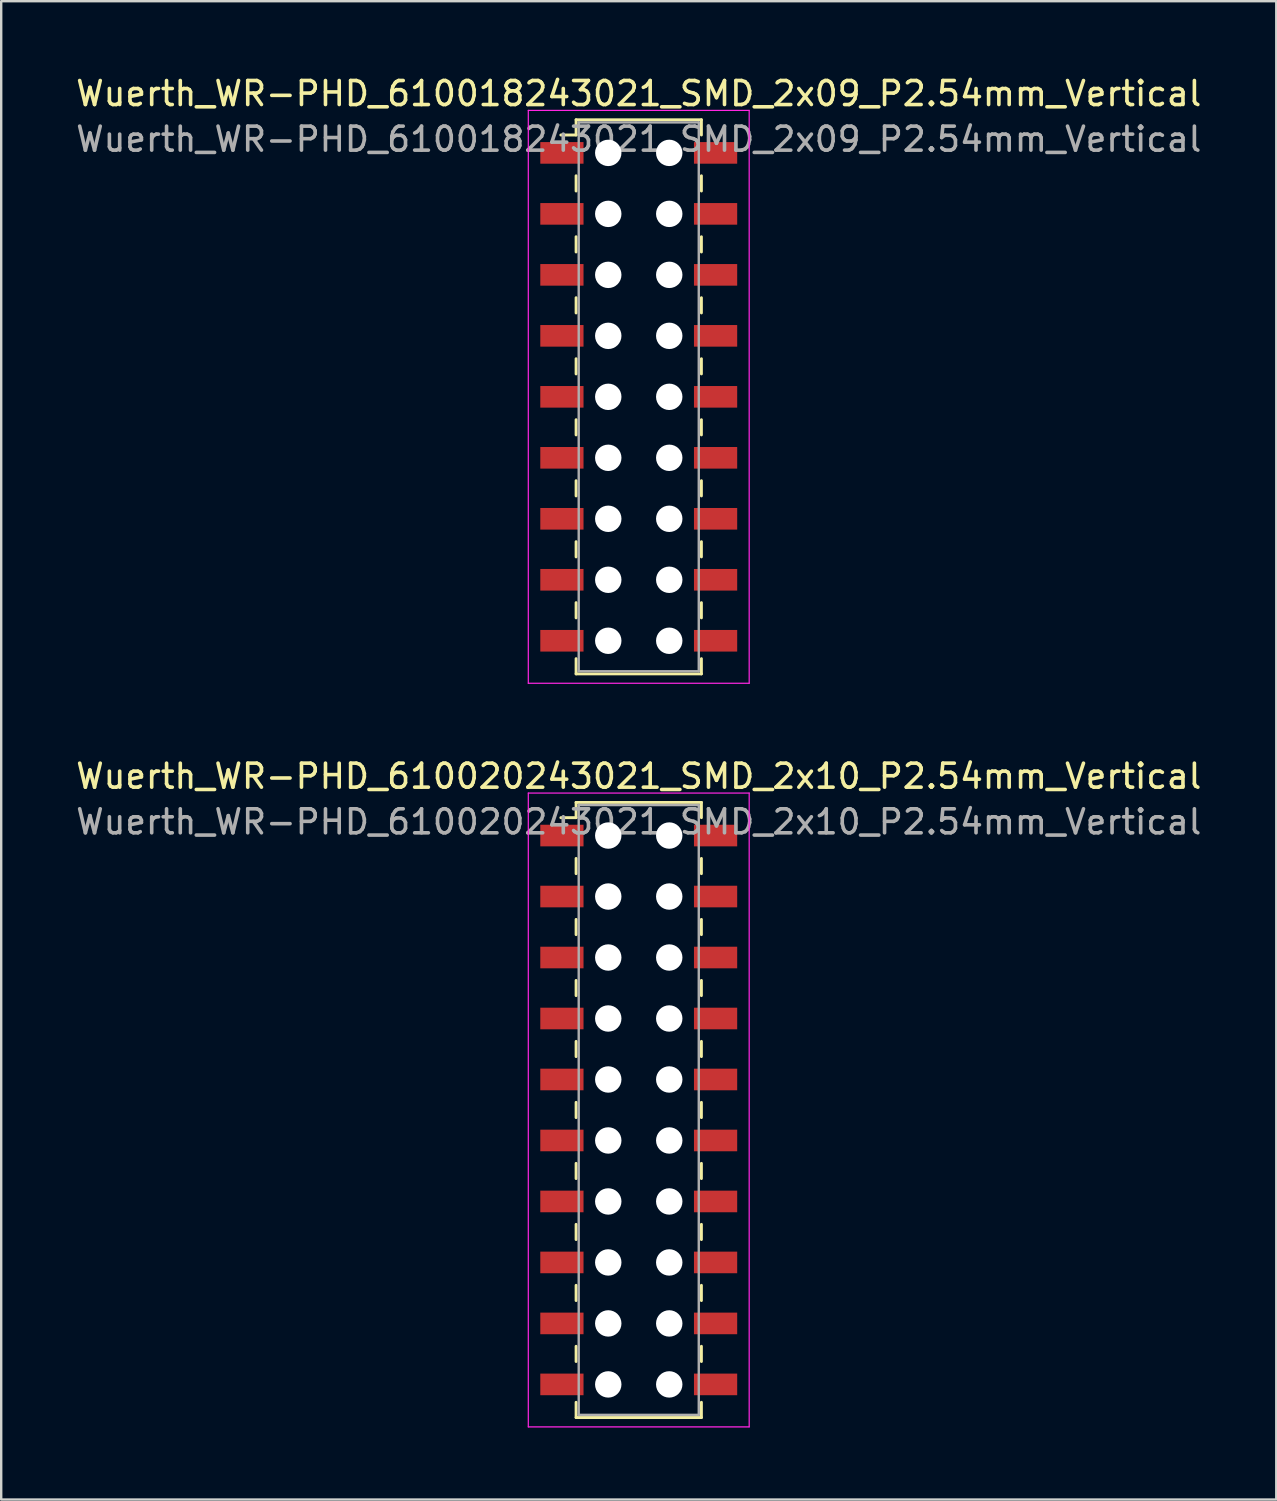
<source format=kicad_pcb>
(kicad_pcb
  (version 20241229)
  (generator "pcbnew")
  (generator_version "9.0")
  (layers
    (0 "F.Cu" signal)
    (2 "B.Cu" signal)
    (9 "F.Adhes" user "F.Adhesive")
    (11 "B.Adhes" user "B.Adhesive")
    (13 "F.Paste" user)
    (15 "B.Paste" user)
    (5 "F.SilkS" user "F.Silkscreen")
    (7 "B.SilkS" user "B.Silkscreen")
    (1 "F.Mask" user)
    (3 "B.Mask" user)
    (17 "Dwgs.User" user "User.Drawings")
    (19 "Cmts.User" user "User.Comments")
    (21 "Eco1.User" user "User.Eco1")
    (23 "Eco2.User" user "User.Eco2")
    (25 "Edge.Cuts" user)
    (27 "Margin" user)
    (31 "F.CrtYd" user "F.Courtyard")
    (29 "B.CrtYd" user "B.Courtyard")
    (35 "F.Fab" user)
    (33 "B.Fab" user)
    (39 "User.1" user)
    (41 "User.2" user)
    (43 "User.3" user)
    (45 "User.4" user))
  (footprint "Wuerth_WR-PHD_610020243021_SMD_2x10_P2.54mm_Vertical"
    (layer "F.Cu")
    (at 23.554 43.181)
    (property "Reference" "Wuerth_WR-PHD_610020243021_SMD_2x10_P2.54mm_Vertical" (at 0 -13.9 0) (layer "F.SilkS") (effects (font (size 1 1) (thickness 0.15))))
    (attr smd)
    (fp_line (start -2.61 -12.81) (end -2.61 -12.175) (stroke (width 0.12) (type solid)) (layer "F.SilkS"))
    (fp_line (start -2.61 -12.81) (end 2.61 -12.81) (stroke (width 0.12) (type solid)) (layer "F.SilkS"))
    (fp_line (start -2.61 -12.175) (end -3.245 -12.175) (stroke (width 0.12) (type solid)) (layer "F.SilkS"))
    (fp_line (start -2.61 -10.477) (end -2.61 -9.842) (stroke (width 0.12) (type solid)) (layer "F.SilkS"))
    (fp_line (start -2.61 -7.938) (end -2.61 -7.303) (stroke (width 0.12) (type solid)) (layer "F.SilkS"))
    (fp_line (start -2.61 -5.397) (end -2.61 -4.763) (stroke (width 0.12) (type solid)) (layer "F.SilkS"))
    (fp_line (start -2.61 -2.857) (end -2.61 -2.223) (stroke (width 0.12) (type solid)) (layer "F.SilkS"))
    (fp_line (start -2.61 -0.318) (end -2.61 0.318) (stroke (width 0.12) (type solid)) (layer "F.SilkS"))
    (fp_line (start -2.61 2.223) (end -2.61 2.857) (stroke (width 0.12) (type solid)) (layer "F.SilkS"))
    (fp_line (start -2.61 4.763) (end -2.61 5.397) (stroke (width 0.12) (type solid)) (layer "F.SilkS"))
    (fp_line (start -2.61 7.303) (end -2.61 7.938) (stroke (width 0.12) (type solid)) (layer "F.SilkS"))
    (fp_line (start -2.61 9.842) (end -2.61 10.477) (stroke (width 0.12) (type solid)) (layer "F.SilkS"))
    (fp_line (start -2.61 12.81) (end -2.61 12.175) (stroke (width 0.12) (type solid)) (layer "F.SilkS"))
    (fp_line (start -2.61 12.81) (end 2.61 12.81) (stroke (width 0.12) (type solid)) (layer "F.SilkS"))
    (fp_line (start 2.61 -12.81) (end 2.61 -12.175) (stroke (width 0.12) (type solid)) (layer "F.SilkS"))
    (fp_line (start 2.61 -10.477) (end 2.61 -9.842) (stroke (width 0.12) (type solid)) (layer "F.SilkS"))
    (fp_line (start 2.61 -7.938) (end 2.61 -7.303) (stroke (width 0.12) (type solid)) (layer "F.SilkS"))
    (fp_line (start 2.61 -5.397) (end 2.61 -4.763) (stroke (width 0.12) (type solid)) (layer "F.SilkS"))
    (fp_line (start 2.61 -2.857) (end 2.61 -2.223) (stroke (width 0.12) (type solid)) (layer "F.SilkS"))
    (fp_line (start 2.61 -0.318) (end 2.61 0.318) (stroke (width 0.12) (type solid)) (layer "F.SilkS"))
    (fp_line (start 2.61 2.223) (end 2.61 2.857) (stroke (width 0.12) (type solid)) (layer "F.SilkS"))
    (fp_line (start 2.61 4.763) (end 2.61 5.397) (stroke (width 0.12) (type solid)) (layer "F.SilkS"))
    (fp_line (start 2.61 7.303) (end 2.61 7.938) (stroke (width 0.12) (type solid)) (layer "F.SilkS"))
    (fp_line (start 2.61 9.842) (end 2.61 10.477) (stroke (width 0.12) (type solid)) (layer "F.SilkS"))
    (fp_line (start 2.61 12.81) (end 2.61 12.175) (stroke (width 0.12) (type solid)) (layer "F.SilkS"))
    (fp_line (start -4.6 -13.2) (end -4.6 13.2) (stroke (width 0.05) (type solid)) (layer "F.CrtYd"))
    (fp_line (start -4.6 13.2) (end 4.6 13.2) (stroke (width 0.05) (type solid)) (layer "F.CrtYd"))
    (fp_line (start 4.6 -13.2) (end -4.6 -13.2) (stroke (width 0.05) (type solid)) (layer "F.CrtYd"))
    (fp_line (start 4.6 13.2) (end 4.6 -13.2) (stroke (width 0.05) (type solid)) (layer "F.CrtYd"))
    (fp_line (start -2.5 -12.7) (end -2.5 12.7) (stroke (width 0.1) (type solid)) (layer "F.Fab"))
    (fp_line (start -2.5 12.7) (end 2.5 12.7) (stroke (width 0.1) (type solid)) (layer "F.Fab"))
    (fp_line (start 2.5 -12.7) (end -2.5 -12.7) (stroke (width 0.1) (type solid)) (layer "F.Fab"))
    (fp_line (start 2.5 12.7) (end 2.5 -12.7) (stroke (width 0.1) (type solid)) (layer "F.Fab"))
    (fp_text user "${REFERENCE}" (at 0 -12 0) (layer "F.Fab") (effects (font (size 1 1) (thickness 0.15))))
    (pad "" np_thru_hole circle (at -1.27 -11.43) (size 1.1 1.1) (drill 1.1) (layers "*.Cu" "*.Mask"))
    (pad "" np_thru_hole circle (at -1.27 -8.89) (size 1.1 1.1) (drill 1.1) (layers "*.Cu" "*.Mask"))
    (pad "" np_thru_hole circle (at -1.27 -6.35) (size 1.1 1.1) (drill 1.1) (layers "*.Cu" "*.Mask"))
    (pad "" np_thru_hole circle (at -1.27 -3.81) (size 1.1 1.1) (drill 1.1) (layers "*.Cu" "*.Mask"))
    (pad "" np_thru_hole circle (at -1.27 -1.27) (size 1.1 1.1) (drill 1.1) (layers "*.Cu" "*.Mask"))
    (pad "" np_thru_hole circle (at -1.27 1.27) (size 1.1 1.1) (drill 1.1) (layers "*.Cu" "*.Mask"))
    (pad "" np_thru_hole circle (at -1.27 3.81) (size 1.1 1.1) (drill 1.1) (layers "*.Cu" "*.Mask"))
    (pad "" np_thru_hole circle (at -1.27 6.35) (size 1.1 1.1) (drill 1.1) (layers "*.Cu" "*.Mask"))
    (pad "" np_thru_hole circle (at -1.27 8.89) (size 1.1 1.1) (drill 1.1) (layers "*.Cu" "*.Mask"))
    (pad "" np_thru_hole circle (at -1.27 11.43) (size 1.1 1.1) (drill 1.1) (layers "*.Cu" "*.Mask"))
    (pad "" np_thru_hole circle (at 1.27 -11.43) (size 1.1 1.1) (drill 1.1) (layers "*.Cu" "*.Mask"))
    (pad "" np_thru_hole circle (at 1.27 -8.89) (size 1.1 1.1) (drill 1.1) (layers "*.Cu" "*.Mask"))
    (pad "" np_thru_hole circle (at 1.27 -6.35) (size 1.1 1.1) (drill 1.1) (layers "*.Cu" "*.Mask"))
    (pad "" np_thru_hole circle (at 1.27 -3.81) (size 1.1 1.1) (drill 1.1) (layers "*.Cu" "*.Mask"))
    (pad "" np_thru_hole circle (at 1.27 -1.27) (size 1.1 1.1) (drill 1.1) (layers "*.Cu" "*.Mask"))
    (pad "" np_thru_hole circle (at 1.27 1.27) (size 1.1 1.1) (drill 1.1) (layers "*.Cu" "*.Mask"))
    (pad "" np_thru_hole circle (at 1.27 3.81) (size 1.1 1.1) (drill 1.1) (layers "*.Cu" "*.Mask"))
    (pad "" np_thru_hole circle (at 1.27 6.35) (size 1.1 1.1) (drill 1.1) (layers "*.Cu" "*.Mask"))
    (pad "" np_thru_hole circle (at 1.27 8.89) (size 1.1 1.1) (drill 1.1) (layers "*.Cu" "*.Mask"))
    (pad "" np_thru_hole circle (at 1.27 11.43) (size 1.1 1.1) (drill 1.1) (layers "*.Cu" "*.Mask"))
    (pad "1" smd rect (at -3.2 -11.43) (size 1.8 0.9) (layers "F.Cu" "F.Mask" "F.Paste"))
    (pad "2" smd rect (at 3.2 -11.43) (size 1.8 0.9) (layers "F.Cu" "F.Mask" "F.Paste"))
    (pad "3" smd rect (at -3.2 -8.89) (size 1.8 0.9) (layers "F.Cu" "F.Mask" "F.Paste"))
    (pad "4" smd rect (at 3.2 -8.89) (size 1.8 0.9) (layers "F.Cu" "F.Mask" "F.Paste"))
    (pad "5" smd rect (at -3.2 -6.35) (size 1.8 0.9) (layers "F.Cu" "F.Mask" "F.Paste"))
    (pad "6" smd rect (at 3.2 -6.35) (size 1.8 0.9) (layers "F.Cu" "F.Mask" "F.Paste"))
    (pad "7" smd rect (at -3.2 -3.81) (size 1.8 0.9) (layers "F.Cu" "F.Mask" "F.Paste"))
    (pad "8" smd rect (at 3.2 -3.81) (size 1.8 0.9) (layers "F.Cu" "F.Mask" "F.Paste"))
    (pad "9" smd rect (at -3.2 -1.27) (size 1.8 0.9) (layers "F.Cu" "F.Mask" "F.Paste"))
    (pad "10" smd rect (at 3.2 -1.27) (size 1.8 0.9) (layers "F.Cu" "F.Mask" "F.Paste"))
    (pad "11" smd rect (at -3.2 1.27) (size 1.8 0.9) (layers "F.Cu" "F.Mask" "F.Paste"))
    (pad "12" smd rect (at 3.2 1.27) (size 1.8 0.9) (layers "F.Cu" "F.Mask" "F.Paste"))
    (pad "13" smd rect (at -3.2 3.81) (size 1.8 0.9) (layers "F.Cu" "F.Mask" "F.Paste"))
    (pad "14" smd rect (at 3.2 3.81) (size 1.8 0.9) (layers "F.Cu" "F.Mask" "F.Paste"))
    (pad "15" smd rect (at -3.2 6.35) (size 1.8 0.9) (layers "F.Cu" "F.Mask" "F.Paste"))
    (pad "16" smd rect (at 3.2 6.35) (size 1.8 0.9) (layers "F.Cu" "F.Mask" "F.Paste"))
    (pad "17" smd rect (at -3.2 8.89) (size 1.8 0.9) (layers "F.Cu" "F.Mask" "F.Paste"))
    (pad "18" smd rect (at 3.2 8.89) (size 1.8 0.9) (layers "F.Cu" "F.Mask" "F.Paste"))
    (pad "19" smd rect (at -3.2 11.43) (size 1.8 0.9) (layers "F.Cu" "F.Mask" "F.Paste"))
    (pad "20" smd rect (at 3.2 11.43) (size 1.8 0.9) (layers "F.Cu" "F.Mask" "F.Paste")))
  (footprint "Wuerth_WR-PHD_610018243021_SMD_2x09_P2.54mm_Vertical"
    (layer "F.Cu")
    (at 23.554 13.478)
    (property "Reference" "Wuerth_WR-PHD_610018243021_SMD_2x09_P2.54mm_Vertical" (at 0 -12.63 0) (layer "F.SilkS") (effects (font (size 1 1) (thickness 0.15))))
    (attr smd)
    (fp_line (start -2.61 -11.54) (end -2.61 -10.905) (stroke (width 0.12) (type solid)) (layer "F.SilkS"))
    (fp_line (start -2.61 -11.54) (end 2.61 -11.54) (stroke (width 0.12) (type solid)) (layer "F.SilkS"))
    (fp_line (start -2.61 -10.905) (end -3.245 -10.905) (stroke (width 0.12) (type solid)) (layer "F.SilkS"))
    (fp_line (start -2.61 -9.207) (end -2.61 -8.572) (stroke (width 0.12) (type solid)) (layer "F.SilkS"))
    (fp_line (start -2.61 -6.668) (end -2.61 -6.032) (stroke (width 0.12) (type solid)) (layer "F.SilkS"))
    (fp_line (start -2.61 -4.128) (end -2.61 -3.493) (stroke (width 0.12) (type solid)) (layer "F.SilkS"))
    (fp_line (start -2.61 -1.587) (end -2.61 -0.953) (stroke (width 0.12) (type solid)) (layer "F.SilkS"))
    (fp_line (start -2.61 0.953) (end -2.61 1.587) (stroke (width 0.12) (type solid)) (layer "F.SilkS"))
    (fp_line (start -2.61 3.493) (end -2.61 4.128) (stroke (width 0.12) (type solid)) (layer "F.SilkS"))
    (fp_line (start -2.61 6.032) (end -2.61 6.668) (stroke (width 0.12) (type solid)) (layer "F.SilkS"))
    (fp_line (start -2.61 8.572) (end -2.61 9.207) (stroke (width 0.12) (type solid)) (layer "F.SilkS"))
    (fp_line (start -2.61 11.54) (end -2.61 10.905) (stroke (width 0.12) (type solid)) (layer "F.SilkS"))
    (fp_line (start -2.61 11.54) (end 2.61 11.54) (stroke (width 0.12) (type solid)) (layer "F.SilkS"))
    (fp_line (start 2.61 -11.54) (end 2.61 -10.905) (stroke (width 0.12) (type solid)) (layer "F.SilkS"))
    (fp_line (start 2.61 -9.207) (end 2.61 -8.572) (stroke (width 0.12) (type solid)) (layer "F.SilkS"))
    (fp_line (start 2.61 -6.668) (end 2.61 -6.032) (stroke (width 0.12) (type solid)) (layer "F.SilkS"))
    (fp_line (start 2.61 -4.128) (end 2.61 -3.493) (stroke (width 0.12) (type solid)) (layer "F.SilkS"))
    (fp_line (start 2.61 -1.587) (end 2.61 -0.953) (stroke (width 0.12) (type solid)) (layer "F.SilkS"))
    (fp_line (start 2.61 0.953) (end 2.61 1.587) (stroke (width 0.12) (type solid)) (layer "F.SilkS"))
    (fp_line (start 2.61 3.493) (end 2.61 4.128) (stroke (width 0.12) (type solid)) (layer "F.SilkS"))
    (fp_line (start 2.61 6.032) (end 2.61 6.668) (stroke (width 0.12) (type solid)) (layer "F.SilkS"))
    (fp_line (start 2.61 8.572) (end 2.61 9.207) (stroke (width 0.12) (type solid)) (layer "F.SilkS"))
    (fp_line (start 2.61 11.54) (end 2.61 10.905) (stroke (width 0.12) (type solid)) (layer "F.SilkS"))
    (fp_line (start -4.6 -11.93) (end -4.6 11.93) (stroke (width 0.05) (type solid)) (layer "F.CrtYd"))
    (fp_line (start -4.6 11.93) (end 4.6 11.93) (stroke (width 0.05) (type solid)) (layer "F.CrtYd"))
    (fp_line (start 4.6 -11.93) (end -4.6 -11.93) (stroke (width 0.05) (type solid)) (layer "F.CrtYd"))
    (fp_line (start 4.6 11.93) (end 4.6 -11.93) (stroke (width 0.05) (type solid)) (layer "F.CrtYd"))
    (fp_line (start -2.5 -11.43) (end -2.5 11.43) (stroke (width 0.1) (type solid)) (layer "F.Fab"))
    (fp_line (start -2.5 11.43) (end 2.5 11.43) (stroke (width 0.1) (type solid)) (layer "F.Fab"))
    (fp_line (start 2.5 -11.43) (end -2.5 -11.43) (stroke (width 0.1) (type solid)) (layer "F.Fab"))
    (fp_line (start 2.5 11.43) (end 2.5 -11.43) (stroke (width 0.1) (type solid)) (layer "F.Fab"))
    (fp_text user "${REFERENCE}" (at 0 -10.73 0) (layer "F.Fab") (effects (font (size 1 1) (thickness 0.15))))
    (pad "" np_thru_hole circle (at -1.27 -10.16) (size 1.1 1.1) (drill 1.1) (layers "*.Cu" "*.Mask"))
    (pad "" np_thru_hole circle (at -1.27 -7.62) (size 1.1 1.1) (drill 1.1) (layers "*.Cu" "*.Mask"))
    (pad "" np_thru_hole circle (at -1.27 -5.08) (size 1.1 1.1) (drill 1.1) (layers "*.Cu" "*.Mask"))
    (pad "" np_thru_hole circle (at -1.27 -2.54) (size 1.1 1.1) (drill 1.1) (layers "*.Cu" "*.Mask"))
    (pad "" np_thru_hole circle (at -1.27 0) (size 1.1 1.1) (drill 1.1) (layers "*.Cu" "*.Mask"))
    (pad "" np_thru_hole circle (at -1.27 2.54) (size 1.1 1.1) (drill 1.1) (layers "*.Cu" "*.Mask"))
    (pad "" np_thru_hole circle (at -1.27 5.08) (size 1.1 1.1) (drill 1.1) (layers "*.Cu" "*.Mask"))
    (pad "" np_thru_hole circle (at -1.27 7.62) (size 1.1 1.1) (drill 1.1) (layers "*.Cu" "*.Mask"))
    (pad "" np_thru_hole circle (at -1.27 10.16) (size 1.1 1.1) (drill 1.1) (layers "*.Cu" "*.Mask"))
    (pad "" np_thru_hole circle (at 1.27 -10.16) (size 1.1 1.1) (drill 1.1) (layers "*.Cu" "*.Mask"))
    (pad "" np_thru_hole circle (at 1.27 -7.62) (size 1.1 1.1) (drill 1.1) (layers "*.Cu" "*.Mask"))
    (pad "" np_thru_hole circle (at 1.27 -5.08) (size 1.1 1.1) (drill 1.1) (layers "*.Cu" "*.Mask"))
    (pad "" np_thru_hole circle (at 1.27 -2.54) (size 1.1 1.1) (drill 1.1) (layers "*.Cu" "*.Mask"))
    (pad "" np_thru_hole circle (at 1.27 0) (size 1.1 1.1) (drill 1.1) (layers "*.Cu" "*.Mask"))
    (pad "" np_thru_hole circle (at 1.27 2.54) (size 1.1 1.1) (drill 1.1) (layers "*.Cu" "*.Mask"))
    (pad "" np_thru_hole circle (at 1.27 5.08) (size 1.1 1.1) (drill 1.1) (layers "*.Cu" "*.Mask"))
    (pad "" np_thru_hole circle (at 1.27 7.62) (size 1.1 1.1) (drill 1.1) (layers "*.Cu" "*.Mask"))
    (pad "" np_thru_hole circle (at 1.27 10.16) (size 1.1 1.1) (drill 1.1) (layers "*.Cu" "*.Mask"))
    (pad "1" smd rect (at -3.2 -10.16) (size 1.8 0.9) (layers "F.Cu" "F.Mask" "F.Paste"))
    (pad "2" smd rect (at 3.2 -10.16) (size 1.8 0.9) (layers "F.Cu" "F.Mask" "F.Paste"))
    (pad "3" smd rect (at -3.2 -7.62) (size 1.8 0.9) (layers "F.Cu" "F.Mask" "F.Paste"))
    (pad "4" smd rect (at 3.2 -7.62) (size 1.8 0.9) (layers "F.Cu" "F.Mask" "F.Paste"))
    (pad "5" smd rect (at -3.2 -5.08) (size 1.8 0.9) (layers "F.Cu" "F.Mask" "F.Paste"))
    (pad "6" smd rect (at 3.2 -5.08) (size 1.8 0.9) (layers "F.Cu" "F.Mask" "F.Paste"))
    (pad "7" smd rect (at -3.2 -2.54) (size 1.8 0.9) (layers "F.Cu" "F.Mask" "F.Paste"))
    (pad "8" smd rect (at 3.2 -2.54) (size 1.8 0.9) (layers "F.Cu" "F.Mask" "F.Paste"))
    (pad "9" smd rect (at -3.2 0) (size 1.8 0.9) (layers "F.Cu" "F.Mask" "F.Paste"))
    (pad "10" smd rect (at 3.2 0) (size 1.8 0.9) (layers "F.Cu" "F.Mask" "F.Paste"))
    (pad "11" smd rect (at -3.2 2.54) (size 1.8 0.9) (layers "F.Cu" "F.Mask" "F.Paste"))
    (pad "12" smd rect (at 3.2 2.54) (size 1.8 0.9) (layers "F.Cu" "F.Mask" "F.Paste"))
    (pad "13" smd rect (at -3.2 5.08) (size 1.8 0.9) (layers "F.Cu" "F.Mask" "F.Paste"))
    (pad "14" smd rect (at 3.2 5.08) (size 1.8 0.9) (layers "F.Cu" "F.Mask" "F.Paste"))
    (pad "15" smd rect (at -3.2 7.62) (size 1.8 0.9) (layers "F.Cu" "F.Mask" "F.Paste"))
    (pad "16" smd rect (at 3.2 7.62) (size 1.8 0.9) (layers "F.Cu" "F.Mask" "F.Paste"))
    (pad "17" smd rect (at -3.2 10.16) (size 1.8 0.9) (layers "F.Cu" "F.Mask" "F.Paste"))
    (pad "18" smd rect (at 3.2 10.16) (size 1.8 0.9) (layers "F.Cu" "F.Mask" "F.Paste")))
  (gr_rect
    (start -3 -3)
    (end 50.107 59.407)
    (stroke (width 0.1) (type default))
    (fill no)
    (layer "Edge.Cuts")))
</source>
